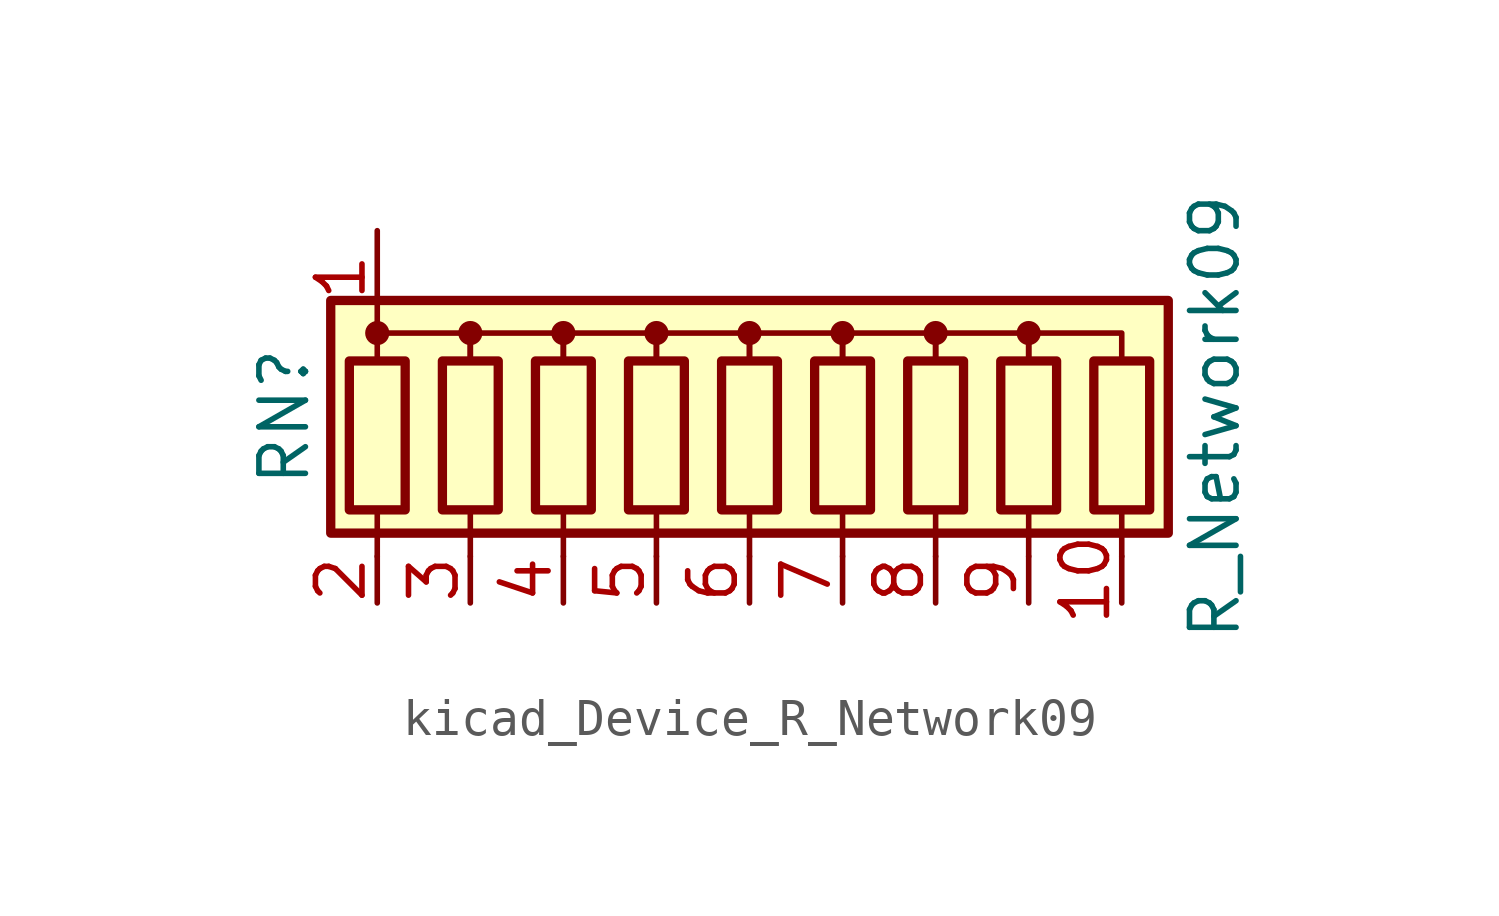
<source format=kicad_sym>
(kicad_symbol_lib
  (version 20220914)
  (generator kicad_symbol_editor)
  (symbol "kicad_Device_R_Network09"
    (pin_names
      (offset 0) hide)
    (property "Reference" "RN"
      (at -12.7 0 90)
      (effects (font (size 1.27 1.27))))
    (property "Value" "R_Network09"
      (at 12.7 0 90)
      (effects (font (size 1.27 1.27))))
    (symbol "kicad_Device_R_Network09_0_1"
      (rectangle (start -11.43 -3.175) (end 11.43 3.175) (stroke (width 0.254) (type default)) (fill (type background)))
      (rectangle (start -10.922 1.524) (end -9.398 -2.54) (stroke (width 0.254) (type default)) (fill (type none)))
      (circle (center -10.16 2.286) (radius 0.254) (stroke (width 0) (type default)) (fill (type outline)))
      (rectangle (start -8.382 1.524) (end -6.858 -2.54) (stroke (width 0.254) (type default)) (fill (type none)))
      (circle (center -7.62 2.286) (radius 0.254) (stroke (width 0) (type default)) (fill (type outline)))
      (rectangle (start -5.842 1.524) (end -4.318 -2.54) (stroke (width 0.254) (type default)) (fill (type none)))
      (circle (center -5.08 2.286) (radius 0.254) (stroke (width 0) (type default)) (fill (type outline)))
      (rectangle (start -3.302 1.524) (end -1.778 -2.54) (stroke (width 0.254) (type default)) (fill (type none)))
      (circle (center -2.54 2.286) (radius 0.254) (stroke (width 0) (type default)) (fill (type outline)))
      (rectangle (start -0.762 1.524) (end 0.762 -2.54) (stroke (width 0.254) (type default)) (fill (type none)))
      (polyline (pts (xy -10.16 -2.54) (xy -10.16 -3.81)) (stroke (width 0) (type default)) (fill (type none)))
      (polyline (pts (xy -7.62 -2.54) (xy -7.62 -3.81)) (stroke (width 0) (type default)) (fill (type none)))
      (polyline (pts (xy -5.08 -2.54) (xy -5.08 -3.81)) (stroke (width 0) (type default)) (fill (type none)))
      (polyline (pts (xy -2.54 -2.54) (xy -2.54 -3.81)) (stroke (width 0) (type default)) (fill (type none)))
      (polyline (pts (xy 0 -2.54) (xy 0 -3.81)) (stroke (width 0) (type default)) (fill (type none)))
      (polyline (pts (xy 2.54 -2.54) (xy 2.54 -3.81)) (stroke (width 0) (type default)) (fill (type none)))
      (polyline (pts (xy 5.08 -2.54) (xy 5.08 -3.81)) (stroke (width 0) (type default)) (fill (type none)))
      (polyline (pts (xy 7.62 -2.54) (xy 7.62 -3.81)) (stroke (width 0) (type default)) (fill (type none)))
      (polyline (pts (xy 10.16 -2.54) (xy 10.16 -3.81)) (stroke (width 0) (type default)) (fill (type none)))
      (polyline (pts (xy -10.16 1.524) (xy -10.16 2.286) (xy -7.62 2.286) (xy -7.62 1.524)) (stroke (width 0) (type default)) (fill (type none)))
      (polyline (pts (xy -7.62 1.524) (xy -7.62 2.286) (xy -5.08 2.286) (xy -5.08 1.524)) (stroke (width 0) (type default)) (fill (type none)))
      (polyline (pts (xy -5.08 1.524) (xy -5.08 2.286) (xy -2.54 2.286) (xy -2.54 1.524)) (stroke (width 0) (type default)) (fill (type none)))
      (polyline (pts (xy -2.54 1.524) (xy -2.54 2.286) (xy 0 2.286) (xy 0 1.524)) (stroke (width 0) (type default)) (fill (type none)))
      (polyline (pts (xy 0 1.524) (xy 0 2.286) (xy 2.54 2.286) (xy 2.54 1.524)) (stroke (width 0) (type default)) (fill (type none)))
      (polyline (pts (xy 2.54 1.524) (xy 2.54 2.286) (xy 5.08 2.286) (xy 5.08 1.524)) (stroke (width 0) (type default)) (fill (type none)))
      (polyline (pts (xy 5.08 1.524) (xy 5.08 2.286) (xy 7.62 2.286) (xy 7.62 1.524)) (stroke (width 0) (type default)) (fill (type none)))
      (polyline (pts (xy 7.62 1.524) (xy 7.62 2.286) (xy 10.16 2.286) (xy 10.16 1.524)) (stroke (width 0) (type default)) (fill (type none)))
      (circle (center 0 2.286) (radius 0.254) (stroke (width 0) (type default)) (fill (type outline)))
      (rectangle (start 1.778 1.524) (end 3.302 -2.54) (stroke (width 0.254) (type default)) (fill (type none)))
      (circle (center 2.54 2.286) (radius 0.254) (stroke (width 0) (type default)) (fill (type outline)))
      (rectangle (start 4.318 1.524) (end 5.842 -2.54) (stroke (width 0.254) (type default)) (fill (type none)))
      (circle (center 5.08 2.286) (radius 0.254) (stroke (width 0) (type default)) (fill (type outline)))
      (rectangle (start 6.858 1.524) (end 8.382 -2.54) (stroke (width 0.254) (type default)) (fill (type none)))
      (circle (center 7.62 2.286) (radius 0.254) (stroke (width 0) (type default)) (fill (type outline)))
      (rectangle (start 9.398 1.524) (end 10.922 -2.54) (stroke (width 0.254) (type default)) (fill (type none))))
    (symbol "kicad_Device_R_Network09_1_1"
      (pin passive line (at -10.16 5.08 270) (length 2.54) (name "common" (effects (font (size 1.27 1.27)))) (number "1" (effects (font (size 1.27 1.27)))))
      (pin passive line (at 10.16 -5.08 90) (length 1.27) (name "R9" (effects (font (size 1.27 1.27)))) (number "10" (effects (font (size 1.27 1.27)))))
      (pin passive line (at -10.16 -5.08 90) (length 1.27) (name "R1" (effects (font (size 1.27 1.27)))) (number "2" (effects (font (size 1.27 1.27)))))
      (pin passive line (at -7.62 -5.08 90) (length 1.27) (name "R2" (effects (font (size 1.27 1.27)))) (number "3" (effects (font (size 1.27 1.27)))))
      (pin passive line (at -5.08 -5.08 90) (length 1.27) (name "R3" (effects (font (size 1.27 1.27)))) (number "4" (effects (font (size 1.27 1.27)))))
      (pin passive line (at -2.54 -5.08 90) (length 1.27) (name "R4" (effects (font (size 1.27 1.27)))) (number "5" (effects (font (size 1.27 1.27)))))
      (pin passive line (at 0 -5.08 90) (length 1.27) (name "R5" (effects (font (size 1.27 1.27)))) (number "6" (effects (font (size 1.27 1.27)))))
      (pin passive line (at 2.54 -5.08 90) (length 1.27) (name "R6" (effects (font (size 1.27 1.27)))) (number "7" (effects (font (size 1.27 1.27)))))
      (pin passive line (at 5.08 -5.08 90) (length 1.27) (name "R7" (effects (font (size 1.27 1.27)))) (number "8" (effects (font (size 1.27 1.27)))))
      (pin passive line (at 7.62 -5.08 90) (length 1.27) (name "R8" (effects (font (size 1.27 1.27)))) (number "9" (effects (font (size 1.27 1.27))))))))
</source>
